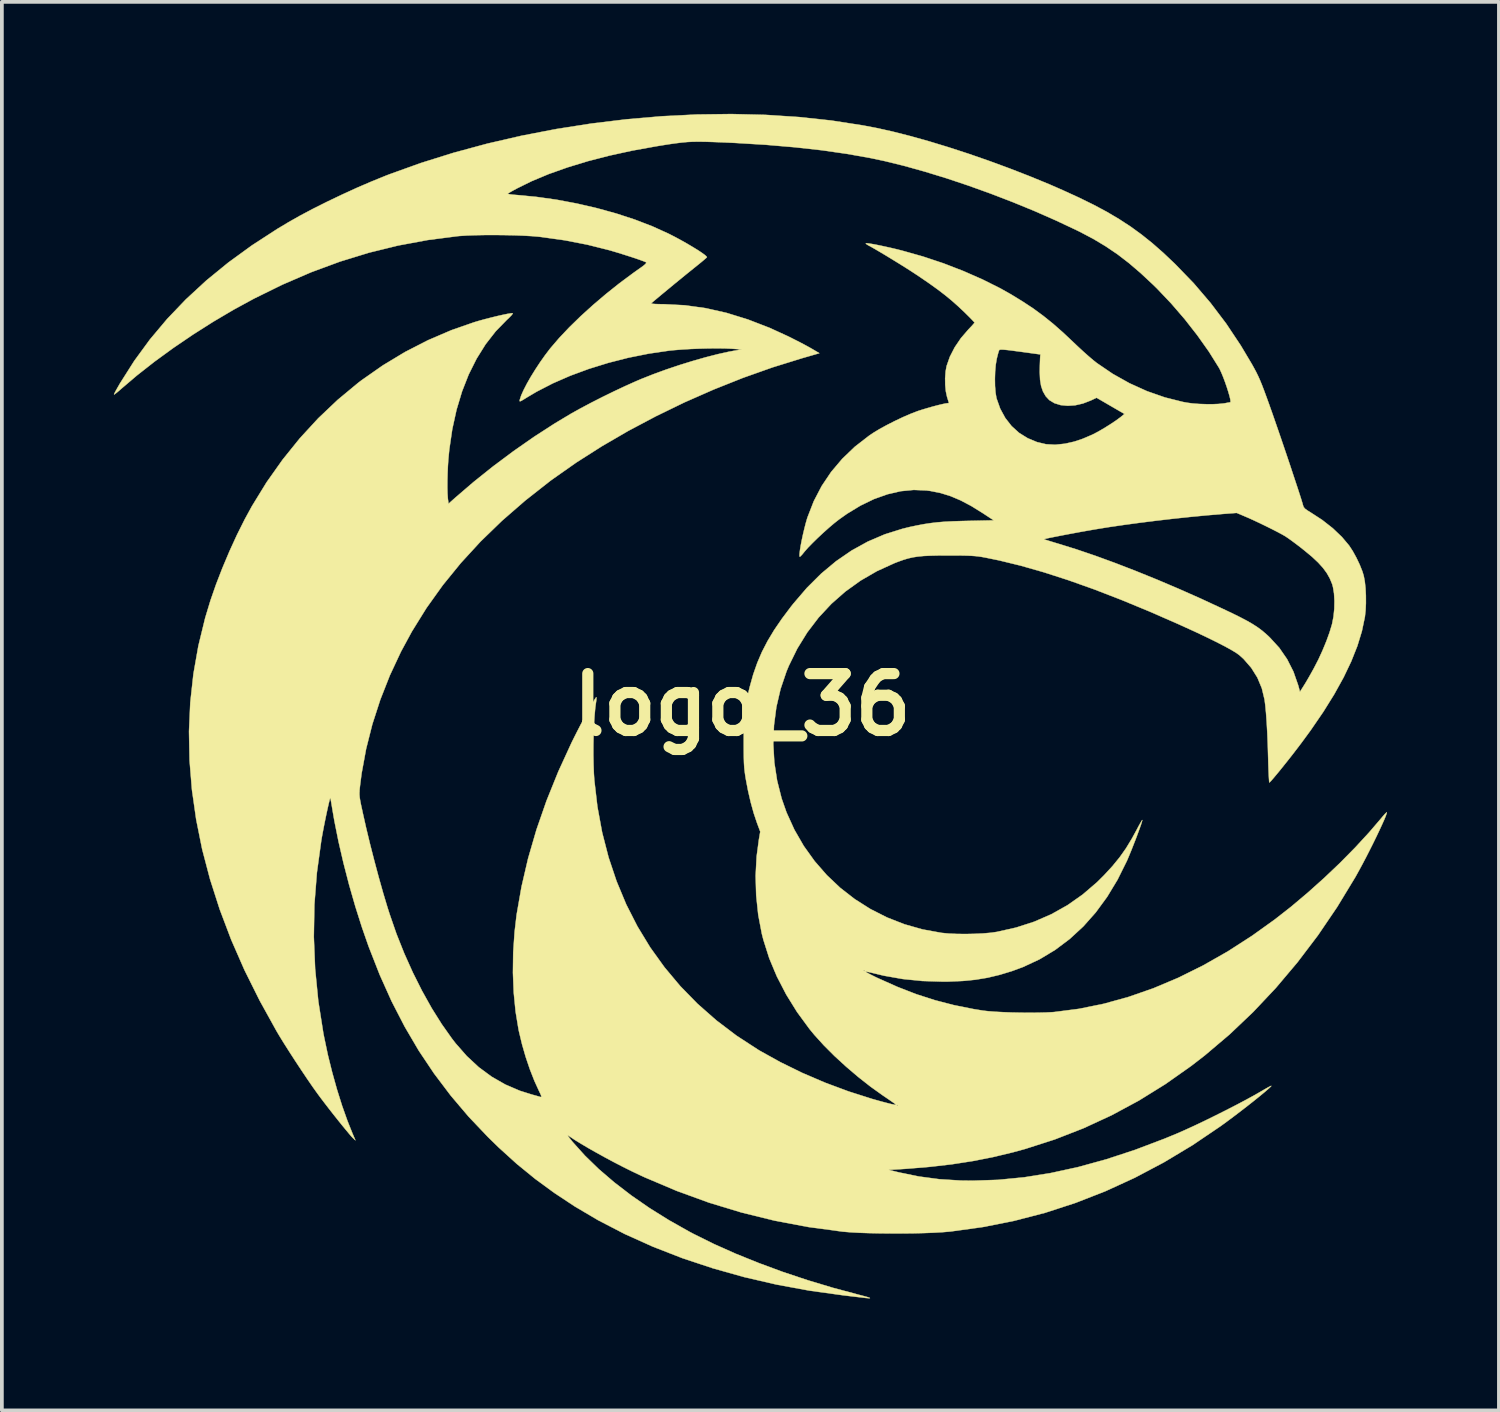
<source format=kicad_pcb>
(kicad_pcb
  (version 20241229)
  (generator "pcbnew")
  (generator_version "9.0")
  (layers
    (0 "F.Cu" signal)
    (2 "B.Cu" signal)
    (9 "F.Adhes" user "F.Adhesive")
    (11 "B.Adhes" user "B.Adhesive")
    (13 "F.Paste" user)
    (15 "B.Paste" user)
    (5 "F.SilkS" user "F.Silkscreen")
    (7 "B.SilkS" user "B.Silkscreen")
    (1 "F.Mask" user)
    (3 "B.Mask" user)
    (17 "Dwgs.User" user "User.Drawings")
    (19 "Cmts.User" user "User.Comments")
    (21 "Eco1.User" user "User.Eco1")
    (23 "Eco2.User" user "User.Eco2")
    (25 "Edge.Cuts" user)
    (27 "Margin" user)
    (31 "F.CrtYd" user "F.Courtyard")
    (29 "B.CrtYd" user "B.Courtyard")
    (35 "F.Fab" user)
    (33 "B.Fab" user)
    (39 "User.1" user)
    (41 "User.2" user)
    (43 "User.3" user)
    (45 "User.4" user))
  (footprint "logo_36"
    (layer "F.Cu")
    (at 16.833 15.829)
    (property "Reference" "logo_36" (at 0 0 0) (layer "F.SilkS") (effects (font (size 1.524 1.524) (thickness 0.3))))
    (attr through_hole)
    (fp_poly (pts (xy 0.623 -15.802) (xy 1.516 -15.744) (xy 2.385 -15.651) (xy 3.226 -15.521) (xy 3.579 -15.454) (xy 4.019 -15.357) (xy 4.495 -15.236) (xy 5 -15.095) (xy 5.526 -14.935) (xy 6.067 -14.759) (xy 6.614 -14.569) (xy 7.16 -14.368) (xy 7.698 -14.159) (xy 8.221 -13.944) (xy 8.585 -13.785) (xy 9.02 -13.586) (xy 9.413 -13.393) (xy 9.771 -13.202) (xy 10.1 -13.007) (xy 10.408 -12.806) (xy 10.702 -12.592) (xy 10.99 -12.361) (xy 11.277 -12.109) (xy 11.572 -11.83) (xy 11.604 -11.799) (xy 12.096 -11.29) (xy 12.547 -10.762) (xy 12.965 -10.21) (xy 13.356 -9.623) (xy 13.649 -9.131) (xy 13.713 -9.016) (xy 13.769 -8.911) (xy 13.82 -8.807) (xy 13.869 -8.698) (xy 13.92 -8.574) (xy 13.976 -8.428) (xy 14.041 -8.252) (xy 14.119 -8.037) (xy 14.136 -7.988) (xy 14.202 -7.803) (xy 14.274 -7.595) (xy 14.352 -7.37) (xy 14.433 -7.134) (xy 14.515 -6.893) (xy 14.597 -6.651) (xy 14.677 -6.413) (xy 14.752 -6.186) (xy 14.822 -5.975) (xy 14.885 -5.785) (xy 14.938 -5.621) (xy 14.98 -5.489) (xy 15.009 -5.394) (xy 15.023 -5.342) (xy 15.04 -5.296) (xy 15.074 -5.254) (xy 15.137 -5.207) (xy 15.223 -5.154) (xy 15.537 -4.95) (xy 15.82 -4.728) (xy 16.065 -4.494) (xy 16.257 -4.266) (xy 16.354 -4.118) (xy 16.452 -3.94) (xy 16.542 -3.751) (xy 16.614 -3.57) (xy 16.649 -3.454) (xy 16.677 -3.309) (xy 16.697 -3.129) (xy 16.707 -2.928) (xy 16.708 -2.721) (xy 16.699 -2.524) (xy 16.68 -2.351) (xy 16.679 -2.348) (xy 16.6 -1.97) (xy 16.479 -1.575) (xy 16.315 -1.162) (xy 16.109 -0.731) (xy 15.859 -0.28) (xy 15.566 0.191) (xy 15.228 0.684) (xy 14.977 1.026) (xy 14.866 1.172) (xy 14.75 1.323) (xy 14.631 1.475) (xy 14.515 1.62) (xy 14.407 1.755) (xy 14.309 1.873) (xy 14.228 1.97) (xy 14.167 2.04) (xy 14.13 2.078) (xy 14.121 2.083) (xy 14.116 2.059) (xy 14.111 1.99) (xy 14.105 1.884) (xy 14.099 1.748) (xy 14.093 1.587) (xy 14.089 1.429) (xy 14.079 1.082) (xy 14.066 0.762) (xy 14.05 0.475) (xy 14.032 0.223) (xy 14.012 0.013) (xy 13.992 -0.14) (xy 13.919 -0.443) (xy 13.8 -0.728) (xy 13.636 -0.99) (xy 13.431 -1.226) (xy 13.316 -1.33) (xy 13.227 -1.394) (xy 13.092 -1.475) (xy 12.913 -1.573) (xy 12.692 -1.686) (xy 12.429 -1.815) (xy 12.127 -1.958) (xy 11.786 -2.113) (xy 11.697 -2.154) (xy 10.906 -2.5) (xy 10.148 -2.813) (xy 9.424 -3.093) (xy 8.734 -3.338) (xy 8.08 -3.549) (xy 7.46 -3.726) (xy 6.877 -3.868) (xy 6.515 -3.942) (xy 6.418 -3.96) (xy 6.328 -3.973) (xy 6.236 -3.983) (xy 6.135 -3.99) (xy 6.015 -3.995) (xy 5.869 -3.998) (xy 5.688 -3.999) (xy 5.499 -3.999) (xy 5.246 -3.998) (xy 5.036 -3.993) (xy 4.859 -3.985) (xy 4.707 -3.97) (xy 4.571 -3.949) (xy 4.444 -3.92) (xy 4.315 -3.881) (xy 4.178 -3.832) (xy 4.077 -3.793) (xy 3.61 -3.58) (xy 3.171 -3.326) (xy 2.763 -3.033) (xy 2.388 -2.703) (xy 2.047 -2.337) (xy 1.742 -1.937) (xy 1.476 -1.506) (xy 1.25 -1.046) (xy 1.185 -0.889) (xy 1.027 -0.422) (xy 0.915 0.06) (xy 0.851 0.551) (xy 0.832 1.048) (xy 0.86 1.544) (xy 0.935 2.033) (xy 1.056 2.512) (xy 1.186 2.883) (xy 1.397 3.347) (xy 1.649 3.784) (xy 1.94 4.19) (xy 2.266 4.564) (xy 2.625 4.904) (xy 3.015 5.207) (xy 3.433 5.472) (xy 3.877 5.697) (xy 4.343 5.88) (xy 4.829 6.018) (xy 5.333 6.11) (xy 5.34 6.111) (xy 5.526 6.129) (xy 5.744 6.139) (xy 5.98 6.142) (xy 6.221 6.137) (xy 6.452 6.126) (xy 6.66 6.108) (xy 6.82 6.085) (xy 7.336 5.969) (xy 7.822 5.812) (xy 8.281 5.612) (xy 8.713 5.37) (xy 9.12 5.084) (xy 9.505 4.754) (xy 9.691 4.569) (xy 9.917 4.324) (xy 10.109 4.089) (xy 10.28 3.847) (xy 10.44 3.583) (xy 10.559 3.365) (xy 10.616 3.257) (xy 10.665 3.169) (xy 10.7 3.11) (xy 10.717 3.087) (xy 10.718 3.088) (xy 10.709 3.127) (xy 10.685 3.205) (xy 10.647 3.313) (xy 10.599 3.444) (xy 10.545 3.589) (xy 10.486 3.74) (xy 10.428 3.888) (xy 10.371 4.026) (xy 10.321 4.146) (xy 10.302 4.188) (xy 10.054 4.687) (xy 9.777 5.145) (xy 9.471 5.563) (xy 9.137 5.939) (xy 8.774 6.274) (xy 8.384 6.567) (xy 7.967 6.818) (xy 7.524 7.025) (xy 7.226 7.135) (xy 6.893 7.236) (xy 6.57 7.313) (xy 6.243 7.367) (xy 5.9 7.4) (xy 5.526 7.416) (xy 5.364 7.417) (xy 4.818 7.4) (xy 4.299 7.347) (xy 3.794 7.258) (xy 3.506 7.189) (xy 3.415 7.167) (xy 3.344 7.153) (xy 3.308 7.15) (xy 3.305 7.151) (xy 3.323 7.165) (xy 3.379 7.197) (xy 3.466 7.242) (xy 3.575 7.296) (xy 3.634 7.324) (xy 4.156 7.557) (xy 4.66 7.753) (xy 5.16 7.914) (xy 5.667 8.046) (xy 6.195 8.152) (xy 6.452 8.194) (xy 6.593 8.21) (xy 6.775 8.224) (xy 6.987 8.235) (xy 7.219 8.244) (xy 7.46 8.249) (xy 7.7 8.251) (xy 7.929 8.249) (xy 8.136 8.244) (xy 8.311 8.235) (xy 8.361 8.231) (xy 9.021 8.146) (xy 9.684 8.011) (xy 10.349 7.827) (xy 11.015 7.595) (xy 11.681 7.314) (xy 12.344 6.985) (xy 13.004 6.61) (xy 13.659 6.188) (xy 14.262 5.756) (xy 14.704 5.41) (xy 15.149 5.035) (xy 15.589 4.641) (xy 16.016 4.235) (xy 16.42 3.825) (xy 16.794 3.419) (xy 17.106 3.055) (xy 17.172 2.976) (xy 17.225 2.917) (xy 17.259 2.885) (xy 17.266 2.881) (xy 17.263 2.911) (xy 17.239 2.981) (xy 17.197 3.083) (xy 17.138 3.214) (xy 17.067 3.368) (xy 16.986 3.538) (xy 16.897 3.72) (xy 16.803 3.907) (xy 16.707 4.095) (xy 16.611 4.277) (xy 16.519 4.447) (xy 16.433 4.602) (xy 16.421 4.623) (xy 15.938 5.418) (xy 15.422 6.178) (xy 14.874 6.9) (xy 14.297 7.584) (xy 13.69 8.228) (xy 13.056 8.831) (xy 12.394 9.392) (xy 12.027 9.676) (xy 11.336 10.163) (xy 10.625 10.604) (xy 9.895 10.997) (xy 9.144 11.344) (xy 8.372 11.645) (xy 7.581 11.899) (xy 7.253 11.989) (xy 6.72 12.117) (xy 6.177 12.224) (xy 5.615 12.311) (xy 5.025 12.379) (xy 4.398 12.431) (xy 4.229 12.442) (xy 3.924 12.46) (xy 4.204 12.529) (xy 4.732 12.637) (xy 5.28 12.71) (xy 5.854 12.746) (xy 6.172 12.75) (xy 6.855 12.727) (xy 7.553 12.659) (xy 8.269 12.544) (xy 9.002 12.384) (xy 9.753 12.177) (xy 10.523 11.924) (xy 11.312 11.625) (xy 11.635 11.492) (xy 11.856 11.395) (xy 12.109 11.279) (xy 12.385 11.148) (xy 12.672 11.007) (xy 12.961 10.862) (xy 13.241 10.718) (xy 13.5 10.581) (xy 13.73 10.455) (xy 13.843 10.39) (xy 13.981 10.31) (xy 14.079 10.254) (xy 14.141 10.221) (xy 14.171 10.208) (xy 14.173 10.215) (xy 14.15 10.239) (xy 14.11 10.277) (xy 14.007 10.366) (xy 13.871 10.479) (xy 13.71 10.609) (xy 13.532 10.749) (xy 13.345 10.894) (xy 13.157 11.037) (xy 12.977 11.171) (xy 12.815 11.289) (xy 12.061 11.799) (xy 11.295 12.259) (xy 10.518 12.67) (xy 9.729 13.032) (xy 8.927 13.345) (xy 8.113 13.61) (xy 7.285 13.825) (xy 6.444 13.992) (xy 5.589 14.11) (xy 5.55 14.114) (xy 5.36 14.13) (xy 5.129 14.143) (xy 4.866 14.153) (xy 4.58 14.16) (xy 4.281 14.163) (xy 3.977 14.163) (xy 3.677 14.16) (xy 3.391 14.154) (xy 3.128 14.145) (xy 2.896 14.132) (xy 2.706 14.116) (xy 2.692 14.115) (xy 1.772 13.991) (xy 0.87 13.821) (xy -0.016 13.603) (xy -0.89 13.338) (xy -1.755 13.023) (xy -2.614 12.659) (xy -2.748 12.597) (xy -2.962 12.495) (xy -3.193 12.38) (xy -3.433 12.256) (xy -3.674 12.127) (xy -3.907 11.998) (xy -4.126 11.874) (xy -4.322 11.758) (xy -4.488 11.656) (xy -4.604 11.578) (xy -4.65 11.548) (xy -4.673 11.54) (xy -4.674 11.541) (xy -4.658 11.566) (xy -4.618 11.618) (xy -4.561 11.69) (xy -4.541 11.714) (xy -4.215 12.077) (xy -3.842 12.439) (xy -3.427 12.795) (xy -2.973 13.144) (xy -2.485 13.482) (xy -1.966 13.806) (xy -1.422 14.113) (xy -1.295 14.18) (xy -0.756 14.447) (xy -0.173 14.707) (xy 0.444 14.956) (xy 1.088 15.194) (xy 1.751 15.415) (xy 2.425 15.618) (xy 3.099 15.799) (xy 3.252 15.839) (xy 3.357 15.868) (xy 3.413 15.887) (xy 3.422 15.897) (xy 3.383 15.898) (xy 3.299 15.891) (xy 3.239 15.883) (xy 3.189 15.877) (xy 3.098 15.867) (xy 2.978 15.853) (xy 2.836 15.836) (xy 2.718 15.822) (xy 1.807 15.696) (xy 0.917 15.532) (xy 0.049 15.331) (xy -0.794 15.094) (xy -1.609 14.823) (xy -2.394 14.517) (xy -3.147 14.178) (xy -3.863 13.807) (xy -4.483 13.441) (xy -5.031 13.079) (xy -5.546 12.702) (xy -6.04 12.299) (xy -6.523 11.861) (xy -6.808 11.583) (xy -7.328 11.036) (xy -7.586 10.732) (xy 4.14 10.732) (xy 4.153 10.744) (xy 4.166 10.732) (xy 4.153 10.719) (xy 4.14 10.732) (xy -7.586 10.732) (xy -7.809 10.469) (xy -8.254 9.88) (xy -8.665 9.266) (xy -9.043 8.622) (xy -9.392 7.945) (xy -9.712 7.232) (xy -10.007 6.479) (xy -10.185 5.969) (xy -10.364 5.405) (xy -10.531 4.824) (xy -10.682 4.239) (xy -10.815 3.664) (xy -10.926 3.11) (xy -10.976 2.82) (xy -10.996 2.699) (xy -11.013 2.599) (xy -11.027 2.528) (xy -11.034 2.496) (xy -11.034 2.496) (xy -11.043 2.515) (xy -11.06 2.576) (xy -11.083 2.672) (xy -11.111 2.796) (xy -11.142 2.939) (xy -11.174 3.095) (xy -11.206 3.255) (xy -11.236 3.412) (xy -11.263 3.559) (xy -11.277 3.645) (xy -11.394 4.499) (xy -11.461 5.356) (xy -11.476 6.216) (xy -11.441 7.078) (xy -11.356 7.941) (xy -11.22 8.804) (xy -11.198 8.915) (xy -11.1 9.381) (xy -10.984 9.848) (xy -10.856 10.306) (xy -10.718 10.745) (xy -10.573 11.153) (xy -10.442 11.48) (xy -10.361 11.67) (xy -10.429 11.607) (xy -10.472 11.562) (xy -10.54 11.482) (xy -10.629 11.375) (xy -10.733 11.248) (xy -10.847 11.106) (xy -10.966 10.956) (xy -11.084 10.805) (xy -11.196 10.659) (xy -11.298 10.525) (xy -11.379 10.415) (xy -11.509 10.233) (xy -11.656 10.019) (xy -11.813 9.785) (xy -11.974 9.541) (xy -12.131 9.298) (xy -12.277 9.068) (xy -12.405 8.86) (xy -12.477 8.738) (xy -12.929 7.921) (xy -13.334 7.107) (xy -13.69 6.294) (xy -13.997 5.483) (xy -14.256 4.676) (xy -14.467 3.873) (xy -14.628 3.074) (xy -14.723 2.406) (xy -10.254 2.406) (xy -10.248 2.479) (xy -10.234 2.567) (xy -10.212 2.681) (xy -10.179 2.831) (xy -10.174 2.857) (xy -10.078 3.285) (xy -9.971 3.729) (xy -9.856 4.178) (xy -9.738 4.62) (xy -9.619 5.042) (xy -9.502 5.432) (xy -9.444 5.613) (xy -9.261 6.141) (xy -9.053 6.663) (xy -8.824 7.173) (xy -8.578 7.663) (xy -8.319 8.127) (xy -8.05 8.556) (xy -7.775 8.945) (xy -7.68 9.068) (xy -7.378 9.412) (xy -7.057 9.71) (xy -6.714 9.963) (xy -6.348 10.173) (xy -5.957 10.341) (xy -5.639 10.441) (xy -5.541 10.468) (xy -5.459 10.491) (xy -5.407 10.506) (xy -5.402 10.507) (xy -5.383 10.507) (xy -5.382 10.485) (xy -5.402 10.433) (xy -5.444 10.346) (xy -5.568 10.074) (xy -5.689 9.765) (xy -5.801 9.434) (xy -5.899 9.094) (xy -5.979 8.76) (xy -5.992 8.7) (xy -6.071 8.221) (xy -6.121 7.71) (xy -6.142 7.178) (xy -6.135 6.634) (xy -6.098 6.088) (xy -6.044 5.626) (xy -5.913 4.877) (xy -5.736 4.116) (xy -5.512 3.346) (xy -5.242 2.57) (xy -4.928 1.792) (xy -4.571 1.014) (xy -4.495 0.861) (xy -4.415 0.703) (xy -4.331 0.54) (xy -4.246 0.379) (xy -4.163 0.226) (xy -4.086 0.087) (xy -4.019 -0.032) (xy -3.965 -0.124) (xy -3.927 -0.183) (xy -3.909 -0.203) (xy -3.904 -0.181) (xy -3.908 -0.124) (xy -3.914 -0.083) (xy -3.937 0.085) (xy -3.956 0.294) (xy -3.971 0.533) (xy -3.981 0.793) (xy -3.987 1.064) (xy -3.988 1.336) (xy -3.983 1.598) (xy -3.974 1.842) (xy -3.962 2.019) (xy -3.879 2.732) (xy -3.752 3.422) (xy -3.58 4.089) (xy -3.365 4.73) (xy -3.108 5.347) (xy -2.808 5.936) (xy -2.466 6.499) (xy -2.083 7.032) (xy -1.66 7.537) (xy -1.197 8.011) (xy -0.694 8.454) (xy -0.152 8.865) (xy 0.427 9.242) (xy 0.47 9.268) (xy 1.021 9.574) (xy 1.608 9.862) (xy 2.222 10.125) (xy 2.851 10.359) (xy 3.482 10.56) (xy 3.721 10.627) (xy 3.877 10.668) (xy 3.989 10.696) (xy 4.062 10.711) (xy 4.101 10.716) (xy 4.111 10.709) (xy 4.101 10.697) (xy 4.072 10.676) (xy 4.009 10.632) (xy 3.921 10.571) (xy 3.814 10.498) (xy 3.765 10.465) (xy 3.438 10.231) (xy 3.108 9.972) (xy 2.784 9.696) (xy 2.474 9.412) (xy 2.188 9.126) (xy 1.935 8.847) (xy 1.803 8.687) (xy 1.47 8.233) (xy 1.178 7.762) (xy 0.929 7.281) (xy 0.863 7.125) (xy 3.251 7.125) (xy 3.264 7.137) (xy 3.277 7.125) (xy 3.264 7.112) (xy 3.251 7.125) (xy 0.863 7.125) (xy 0.724 6.792) (xy 0.568 6.301) (xy 0.525 6.134) (xy 0.429 5.629) (xy 0.374 5.108) (xy 0.359 4.583) (xy 0.386 4.065) (xy 0.446 3.614) (xy 0.483 3.4) (xy 0.393 3.158) (xy 0.309 2.908) (xy 0.229 2.619) (xy 0.156 2.304) (xy 0.097 1.994) (xy 0.079 1.883) (xy 0.065 1.78) (xy 0.054 1.675) (xy 0.047 1.56) (xy 0.043 1.425) (xy 0.041 1.259) (xy 0.04 1.055) (xy 0.04 0.991) (xy 0.041 0.744) (xy 0.045 0.537) (xy 0.053 0.359) (xy 0.067 0.2) (xy 0.087 0.049) (xy 0.114 -0.104) (xy 0.151 -0.271) (xy 0.197 -0.462) (xy 0.203 -0.485) (xy 0.295 -0.814) (xy 0.403 -1.122) (xy 0.529 -1.417) (xy 0.679 -1.707) (xy 0.856 -2.002) (xy 1.065 -2.307) (xy 1.31 -2.633) (xy 1.367 -2.705) (xy 1.734 -3.133) (xy 2.116 -3.513) (xy 2.514 -3.845) (xy 2.93 -4.131) (xy 3.365 -4.371) (xy 3.515 -4.435) (xy 8.084 -4.435) (xy 8.105 -4.426) (xy 8.167 -4.406) (xy 8.262 -4.376) (xy 8.383 -4.339) (xy 8.49 -4.307) (xy 8.956 -4.162) (xy 9.459 -3.991) (xy 9.99 -3.797) (xy 10.546 -3.582) (xy 11.118 -3.35) (xy 11.701 -3.102) (xy 12.289 -2.841) (xy 12.875 -2.569) (xy 13.109 -2.458) (xy 13.334 -2.347) (xy 13.521 -2.249) (xy 13.677 -2.159) (xy 13.812 -2.071) (xy 13.934 -1.98) (xy 14.051 -1.879) (xy 14.133 -1.802) (xy 14.387 -1.525) (xy 14.597 -1.22) (xy 14.766 -0.887) (xy 14.892 -0.526) (xy 14.911 -0.459) (xy 14.94 -0.346) (xy 15.044 -0.51) (xy 15.097 -0.596) (xy 15.165 -0.712) (xy 15.24 -0.844) (xy 15.313 -0.976) (xy 15.317 -0.984) (xy 15.435 -1.212) (xy 15.547 -1.457) (xy 15.649 -1.704) (xy 15.734 -1.939) (xy 15.797 -2.148) (xy 15.803 -2.172) (xy 15.84 -2.363) (xy 15.861 -2.571) (xy 15.865 -2.781) (xy 15.854 -2.979) (xy 15.826 -3.151) (xy 15.804 -3.231) (xy 15.742 -3.381) (xy 15.662 -3.524) (xy 15.559 -3.665) (xy 15.428 -3.81) (xy 15.264 -3.964) (xy 15.061 -4.132) (xy 14.948 -4.222) (xy 14.835 -4.308) (xy 14.725 -4.39) (xy 14.63 -4.458) (xy 14.562 -4.504) (xy 14.555 -4.509) (xy 14.469 -4.559) (xy 14.346 -4.625) (xy 14.198 -4.701) (xy 14.035 -4.782) (xy 13.868 -4.863) (xy 13.706 -4.939) (xy 13.561 -5.005) (xy 13.5 -5.031) (xy 13.246 -5.139) (xy 12.852 -5.109) (xy 12.442 -5.074) (xy 12.005 -5.032) (xy 11.552 -4.984) (xy 11.096 -4.931) (xy 10.649 -4.875) (xy 10.221 -4.817) (xy 9.825 -4.759) (xy 9.595 -4.722) (xy 9.432 -4.695) (xy 9.255 -4.664) (xy 9.068 -4.631) (xy 8.88 -4.596) (xy 8.697 -4.562) (xy 8.526 -4.529) (xy 8.374 -4.499) (xy 8.247 -4.474) (xy 8.152 -4.453) (xy 8.096 -4.44) (xy 8.084 -4.435) (xy 3.515 -4.435) (xy 3.818 -4.565) (xy 4.293 -4.714) (xy 4.483 -4.761) (xy 4.687 -4.804) (xy 4.873 -4.839) (xy 5.051 -4.866) (xy 5.231 -4.887) (xy 5.426 -4.903) (xy 5.645 -4.914) (xy 5.899 -4.922) (xy 6.029 -4.925) (xy 6.737 -4.94) (xy 6.439 -5.136) (xy 6.136 -5.324) (xy 5.852 -5.474) (xy 5.581 -5.589) (xy 5.313 -5.672) (xy 5.039 -5.727) (xy 4.931 -5.741) (xy 4.594 -5.755) (xy 4.246 -5.721) (xy 3.892 -5.639) (xy 3.532 -5.511) (xy 3.17 -5.336) (xy 2.809 -5.117) (xy 2.596 -4.966) (xy 2.468 -4.866) (xy 2.324 -4.744) (xy 2.173 -4.609) (xy 2.023 -4.469) (xy 1.884 -4.333) (xy 1.763 -4.209) (xy 1.672 -4.105) (xy 1.651 -4.079) (xy 1.6 -4.017) (xy 1.559 -3.975) (xy 1.543 -3.963) (xy 1.534 -3.986) (xy 1.536 -4.05) (xy 1.548 -4.147) (xy 1.568 -4.269) (xy 1.595 -4.409) (xy 1.627 -4.559) (xy 1.663 -4.711) (xy 1.7 -4.856) (xy 1.738 -4.988) (xy 1.751 -5.027) (xy 1.918 -5.455) (xy 2.129 -5.86) (xy 2.383 -6.238) (xy 2.68 -6.589) (xy 3.016 -6.911) (xy 3.392 -7.203) (xy 3.51 -7.283) (xy 3.673 -7.382) (xy 3.87 -7.49) (xy 4.084 -7.599) (xy 4.303 -7.703) (xy 4.511 -7.793) (xy 4.692 -7.863) (xy 4.712 -7.87) (xy 4.831 -7.908) (xy 4.965 -7.948) (xy 5.104 -7.988) (xy 5.238 -8.023) (xy 5.354 -8.051) (xy 5.443 -8.07) (xy 5.493 -8.077) (xy 5.53 -8.08) (xy 5.537 -8.084) (xy 5.53 -8.109) (xy 5.511 -8.17) (xy 5.486 -8.251) (xy 5.455 -8.395) (xy 5.438 -8.568) (xy 5.436 -8.73) (xy 6.769 -8.73) (xy 6.772 -8.538) (xy 6.786 -8.364) (xy 6.809 -8.223) (xy 6.814 -8.204) (xy 6.911 -7.931) (xy 7.046 -7.683) (xy 7.215 -7.466) (xy 7.416 -7.284) (xy 7.642 -7.143) (xy 7.65 -7.139) (xy 7.897 -7.036) (xy 8.138 -6.979) (xy 8.384 -6.965) (xy 8.648 -6.993) (xy 8.661 -6.996) (xy 8.891 -7.048) (xy 9.119 -7.124) (xy 9.363 -7.228) (xy 9.411 -7.251) (xy 9.546 -7.322) (xy 9.701 -7.413) (xy 9.861 -7.513) (xy 10.011 -7.613) (xy 10.135 -7.704) (xy 10.168 -7.731) (xy 10.24 -7.79) (xy 9.866 -8.007) (xy 9.493 -8.224) (xy 9.338 -8.151) (xy 9.128 -8.07) (xy 8.919 -8.022) (xy 8.718 -8.009) (xy 8.531 -8.027) (xy 8.365 -8.078) (xy 8.227 -8.161) (xy 8.13 -8.265) (xy 8.056 -8.394) (xy 8.007 -8.538) (xy 7.979 -8.707) (xy 7.97 -8.912) (xy 7.971 -8.966) (xy 7.973 -9.089) (xy 7.977 -9.199) (xy 7.98 -9.282) (xy 7.982 -9.321) (xy 7.988 -9.384) (xy 7.446 -9.458) (xy 7.259 -9.483) (xy 7.118 -9.501) (xy 7.015 -9.511) (xy 6.945 -9.514) (xy 6.904 -9.511) (xy 6.885 -9.502) (xy 6.884 -9.5) (xy 6.869 -9.462) (xy 6.848 -9.388) (xy 6.824 -9.292) (xy 6.817 -9.262) (xy 6.791 -9.106) (xy 6.775 -8.924) (xy 6.769 -8.73) (xy 5.436 -8.73) (xy 5.436 -8.753) (xy 5.449 -8.931) (xy 5.475 -9.073) (xy 5.562 -9.322) (xy 5.692 -9.575) (xy 5.859 -9.821) (xy 6.057 -10.051) (xy 6.063 -10.057) (xy 6.134 -10.132) (xy 6.188 -10.192) (xy 6.219 -10.229) (xy 6.223 -10.237) (xy 6.206 -10.259) (xy 6.158 -10.31) (xy 6.088 -10.382) (xy 5.999 -10.47) (xy 5.963 -10.506) (xy 5.79 -10.669) (xy 5.618 -10.822) (xy 5.437 -10.971) (xy 5.24 -11.122) (xy 5.019 -11.281) (xy 4.764 -11.456) (xy 4.623 -11.55) (xy 4.497 -11.632) (xy 4.348 -11.727) (xy 4.184 -11.829) (xy 4.013 -11.934) (xy 3.844 -12.037) (xy 3.686 -12.131) (xy 3.548 -12.212) (xy 3.438 -12.275) (xy 3.382 -12.304) (xy 3.331 -12.335) (xy 3.309 -12.358) (xy 3.31 -12.361) (xy 3.341 -12.363) (xy 3.414 -12.354) (xy 3.522 -12.336) (xy 3.656 -12.31) (xy 3.81 -12.277) (xy 3.977 -12.24) (xy 4.147 -12.2) (xy 4.288 -12.164) (xy 4.841 -12.008) (xy 5.39 -11.825) (xy 5.925 -11.618) (xy 6.437 -11.393) (xy 6.915 -11.154) (xy 7.196 -10.996) (xy 7.511 -10.803) (xy 7.798 -10.614) (xy 8.066 -10.417) (xy 8.328 -10.206) (xy 8.596 -9.97) (xy 8.867 -9.715) (xy 9.002 -9.587) (xy 9.142 -9.458) (xy 9.278 -9.337) (xy 9.399 -9.234) (xy 9.496 -9.157) (xy 9.502 -9.152) (xy 9.927 -8.863) (xy 10.377 -8.611) (xy 10.844 -8.4) (xy 11.322 -8.233) (xy 11.804 -8.112) (xy 11.925 -8.09) (xy 12.068 -8.071) (xy 12.237 -8.058) (xy 12.419 -8.052) (xy 12.598 -8.051) (xy 12.761 -8.058) (xy 12.892 -8.071) (xy 12.926 -8.076) (xy 13.003 -8.091) (xy 13.058 -8.1) (xy 13.075 -8.103) (xy 13.082 -8.125) (xy 13.074 -8.186) (xy 13.052 -8.277) (xy 13.019 -8.39) (xy 12.979 -8.516) (xy 12.933 -8.648) (xy 12.885 -8.776) (xy 12.837 -8.892) (xy 12.793 -8.988) (xy 12.77 -9.03) (xy 12.502 -9.459) (xy 12.193 -9.895) (xy 11.854 -10.329) (xy 11.49 -10.751) (xy 11.111 -11.15) (xy 10.995 -11.263) (xy 10.67 -11.566) (xy 10.359 -11.832) (xy 10.052 -12.068) (xy 9.737 -12.281) (xy 9.406 -12.479) (xy 9.046 -12.669) (xy 8.952 -12.715) (xy 8.404 -12.973) (xy 7.834 -13.224) (xy 7.247 -13.465) (xy 6.652 -13.694) (xy 6.057 -13.908) (xy 5.468 -14.105) (xy 4.893 -14.281) (xy 4.339 -14.436) (xy 3.814 -14.565) (xy 3.452 -14.642) (xy 2.814 -14.756) (xy 2.131 -14.854) (xy 1.4 -14.935) (xy 0.622 -15.001) (xy -0.203 -15.051) (xy -0.558 -15.067) (xy -0.798 -15.076) (xy -0.999 -15.082) (xy -1.171 -15.084) (xy -1.325 -15.082) (xy -1.47 -15.075) (xy -1.619 -15.061) (xy -1.78 -15.041) (xy -1.965 -15.015) (xy -2.184 -14.98) (xy -2.311 -14.959) (xy -2.948 -14.844) (xy -3.557 -14.711) (xy -4.134 -14.562) (xy -4.675 -14.397) (xy -5.178 -14.219) (xy -5.638 -14.027) (xy -6.02 -13.839) (xy -6.121 -13.785) (xy -6.205 -13.738) (xy -6.262 -13.705) (xy -6.282 -13.692) (xy -6.267 -13.682) (xy -6.211 -13.672) (xy -6.123 -13.662) (xy -6.04 -13.655) (xy -5.512 -13.605) (xy -4.972 -13.529) (xy -4.43 -13.427) (xy -3.894 -13.303) (xy -3.372 -13.159) (xy -2.874 -12.996) (xy -2.407 -12.816) (xy -1.981 -12.623) (xy -1.953 -12.609) (xy -1.791 -12.526) (xy -1.627 -12.437) (xy -1.468 -12.347) (xy -1.32 -12.259) (xy -1.188 -12.178) (xy -1.08 -12.106) (xy -0.999 -12.047) (xy -0.954 -12.005) (xy -0.946 -11.987) (xy -0.967 -11.967) (xy -1.021 -11.92) (xy -1.102 -11.852) (xy -1.203 -11.77) (xy -1.295 -11.696) (xy -1.398 -11.613) (xy -1.521 -11.514) (xy -1.656 -11.403) (xy -1.799 -11.287) (xy -1.941 -11.169) (xy -2.077 -11.057) (xy -2.2 -10.955) (xy -2.304 -10.868) (xy -2.383 -10.802) (xy -2.428 -10.762) (xy -2.431 -10.76) (xy -2.429 -10.748) (xy -2.393 -10.74) (xy -2.317 -10.734) (xy -2.199 -10.731) (xy -2.075 -10.729) (xy -1.534 -10.701) (xy -0.981 -10.624) (xy -0.418 -10.497) (xy 0.154 -10.32) (xy 0.737 -10.095) (xy 1.232 -9.868) (xy 1.385 -9.791) (xy 1.539 -9.713) (xy 1.681 -9.638) (xy 1.798 -9.574) (xy 1.865 -9.536) (xy 2.067 -9.417) (xy 1.599 -9.282) (xy 0.812 -9.038) (xy 0.022 -8.758) (xy -0.766 -8.444) (xy -1.546 -8.101) (xy -2.309 -7.73) (xy -3.051 -7.337) (xy -3.763 -6.923) (xy -4.44 -6.492) (xy -5.074 -6.047) (xy -5.144 -5.996) (xy -5.813 -5.47) (xy -6.435 -4.929) (xy -7.01 -4.372) (xy -7.538 -3.797) (xy -8.02 -3.205) (xy -8.457 -2.594) (xy -8.849 -1.963) (xy -9.142 -1.422) (xy -9.439 -0.787) (xy -9.695 -0.137) (xy -9.908 0.521) (xy -10.075 1.181) (xy -10.196 1.839) (xy -10.237 2.159) (xy -10.248 2.257) (xy -10.254 2.335) (xy -10.254 2.406) (xy -14.723 2.406) (xy -14.741 2.281) (xy -14.805 1.494) (xy -14.82 0.714) (xy -14.786 -0.059) (xy -14.702 -0.824) (xy -14.569 -1.579) (xy -14.387 -2.325) (xy -14.245 -2.794) (xy -14.097 -3.22) (xy -13.925 -3.664) (xy -13.736 -4.112) (xy -13.536 -4.549) (xy -13.329 -4.963) (xy -13.133 -5.322) (xy -12.741 -5.96) (xy -12.313 -6.565) (xy -11.852 -7.137) (xy -11.36 -7.672) (xy -10.838 -8.167) (xy -10.291 -8.621) (xy -10.198 -8.692) (xy -9.629 -9.09) (xy -9.034 -9.449) (xy -8.42 -9.764) (xy -7.791 -10.034) (xy -7.183 -10.246) (xy -7.042 -10.288) (xy -6.885 -10.331) (xy -6.721 -10.373) (xy -6.561 -10.412) (xy -6.414 -10.445) (xy -6.289 -10.471) (xy -6.196 -10.486) (xy -6.153 -10.49) (xy -6.149 -10.475) (xy -6.183 -10.431) (xy -6.251 -10.361) (xy -6.305 -10.311) (xy -6.604 -10.004) (xy -6.875 -9.656) (xy -7.116 -9.27) (xy -7.327 -8.848) (xy -7.506 -8.392) (xy -7.653 -7.903) (xy -7.767 -7.384) (xy -7.847 -6.838) (xy -7.873 -6.569) (xy -7.885 -6.386) (xy -7.893 -6.193) (xy -7.898 -6) (xy -7.899 -5.819) (xy -7.895 -5.661) (xy -7.887 -5.538) (xy -7.883 -5.503) (xy -7.867 -5.386) (xy -7.69 -5.544) (xy -7.195 -5.969) (xy -6.671 -6.388) (xy -6.127 -6.794) (xy -5.576 -7.178) (xy -5.028 -7.532) (xy -4.585 -7.798) (xy -4.331 -7.939) (xy -4.045 -8.091) (xy -3.74 -8.246) (xy -3.431 -8.397) (xy -3.129 -8.539) (xy -2.85 -8.664) (xy -2.705 -8.726) (xy -2.384 -8.853) (xy -2.042 -8.978) (xy -1.688 -9.097) (xy -1.333 -9.207) (xy -0.987 -9.306) (xy -0.66 -9.39) (xy -0.363 -9.456) (xy -0.216 -9.483) (xy -0.013 -9.518) (xy -0.292 -9.538) (xy -0.458 -9.545) (xy -0.662 -9.548) (xy -0.892 -9.546) (xy -1.136 -9.54) (xy -1.381 -9.53) (xy -1.616 -9.516) (xy -1.827 -9.499) (xy -1.956 -9.486) (xy -2.502 -9.406) (xy -3.047 -9.297) (xy -3.584 -9.16) (xy -4.105 -8.999) (xy -4.604 -8.815) (xy -5.072 -8.611) (xy -5.503 -8.389) (xy -5.755 -8.24) (xy -5.854 -8.179) (xy -5.916 -8.142) (xy -5.951 -8.128) (xy -5.963 -8.134) (xy -5.962 -8.157) (xy -5.958 -8.172) (xy -5.921 -8.286) (xy -5.856 -8.431) (xy -5.769 -8.6) (xy -5.663 -8.786) (xy -5.543 -8.98) (xy -5.414 -9.176) (xy -5.281 -9.364) (xy -5.148 -9.539) (xy -5.139 -9.55) (xy -4.905 -9.823) (xy -4.632 -10.112) (xy -4.327 -10.409) (xy -3.996 -10.709) (xy -3.648 -11.005) (xy -3.288 -11.292) (xy -2.923 -11.563) (xy -2.825 -11.633) (xy -2.71 -11.714) (xy -2.632 -11.772) (xy -2.588 -11.812) (xy -2.571 -11.837) (xy -2.577 -11.853) (xy -2.583 -11.857) (xy -2.637 -11.879) (xy -2.729 -11.913) (xy -2.852 -11.956) (xy -2.995 -12.003) (xy -3.149 -12.052) (xy -3.304 -12.101) (xy -3.452 -12.145) (xy -3.564 -12.178) (xy -4.152 -12.325) (xy -4.754 -12.442) (xy -5.383 -12.53) (xy -5.461 -12.539) (xy -5.64 -12.554) (xy -5.857 -12.566) (xy -6.102 -12.576) (xy -6.365 -12.581) (xy -6.635 -12.584) (xy -6.9 -12.583) (xy -7.151 -12.578) (xy -7.376 -12.57) (xy -7.565 -12.558) (xy -7.62 -12.553) (xy -8.425 -12.449) (xy -9.217 -12.302) (xy -9.999 -12.11) (xy -10.774 -11.872) (xy -11.546 -11.587) (xy -12.318 -11.254) (xy -13.075 -10.882) (xy -13.621 -10.585) (xy -14.17 -10.261) (xy -14.712 -9.917) (xy -15.239 -9.559) (xy -15.742 -9.193) (xy -16.212 -8.824) (xy -16.607 -8.488) (xy -16.692 -8.414) (xy -16.763 -8.355) (xy -16.811 -8.319) (xy -16.828 -8.311) (xy -16.82 -8.335) (xy -16.79 -8.395) (xy -16.742 -8.481) (xy -16.682 -8.586) (xy -16.667 -8.612) (xy -16.287 -9.211) (xy -15.867 -9.785) (xy -15.406 -10.334) (xy -14.903 -10.86) (xy -14.357 -11.364) (xy -13.768 -11.845) (xy -13.134 -12.306) (xy -12.453 -12.748) (xy -12.154 -12.927) (xy -11.841 -13.104) (xy -11.49 -13.29) (xy -11.112 -13.479) (xy -10.718 -13.667) (xy -10.32 -13.849) (xy -9.927 -14.018) (xy -9.551 -14.171) (xy -9.461 -14.206) (xy -8.61 -14.512) (xy -7.731 -14.787) (xy -6.83 -15.031) (xy -5.912 -15.243) (xy -4.98 -15.423) (xy -4.04 -15.57) (xy -3.097 -15.684) (xy -2.154 -15.765) (xy -1.217 -15.812) (xy -0.29 -15.824) (xy 0.623 -15.802)) (stroke (width 0.01) (type solid)) (fill yes) (layer "F.SilkS")))
  (gr_rect
    (start -3 -3)
    (end 37.104 34.732)
    (stroke (width 0.1) (type default))
    (fill no)
    (layer "Edge.Cuts")))
</source>
